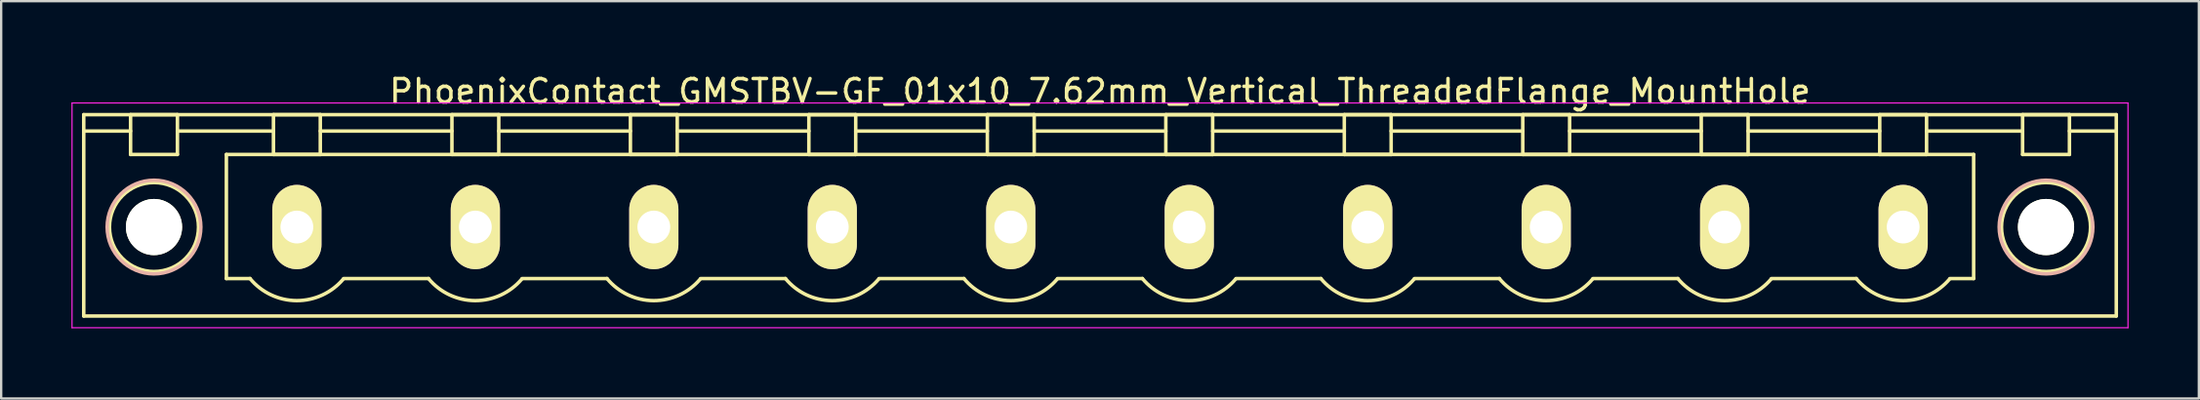
<source format=kicad_pcb>
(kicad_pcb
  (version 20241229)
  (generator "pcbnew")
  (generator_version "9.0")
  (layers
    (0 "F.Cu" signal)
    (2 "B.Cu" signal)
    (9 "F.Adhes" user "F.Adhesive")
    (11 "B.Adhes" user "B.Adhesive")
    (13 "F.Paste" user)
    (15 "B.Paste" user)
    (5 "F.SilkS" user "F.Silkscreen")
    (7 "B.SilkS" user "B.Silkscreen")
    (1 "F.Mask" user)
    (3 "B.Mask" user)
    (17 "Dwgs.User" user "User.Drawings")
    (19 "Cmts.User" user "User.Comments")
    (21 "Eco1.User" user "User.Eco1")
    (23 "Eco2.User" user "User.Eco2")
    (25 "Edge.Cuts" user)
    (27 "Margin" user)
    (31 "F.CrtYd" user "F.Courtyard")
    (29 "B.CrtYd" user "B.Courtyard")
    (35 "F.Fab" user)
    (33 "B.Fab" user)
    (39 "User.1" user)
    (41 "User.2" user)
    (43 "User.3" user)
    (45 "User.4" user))
  (footprint "PhoenixContact_GMSTBV-GF_01x10_7.62mm_Vertical_ThreadedFlange_MountHole"
    (layer "F.Cu")
    (at 9.625 6.648)
    (property "Reference" "PhoenixContact_GMSTBV-GF_01x10_7.62mm_Vertical_ThreadedFlange_MountHole" (at 34.29 -5.8 0) (layer "F.SilkS") (effects (font (size 1 1) (thickness 0.15))))
    (attr through_hole)
    (fp_line (start -9.1 -4.8) (end -9.1 3.8) (stroke (width 0.15) (type solid)) (layer "F.SilkS"))
    (fp_line (start -9.1 -4.1) (end -7.1 -4.1) (stroke (width 0.15) (type solid)) (layer "F.SilkS"))
    (fp_line (start -9.1 3.8) (end 77.68 3.8) (stroke (width 0.15) (type solid)) (layer "F.SilkS"))
    (fp_line (start -7.1 -4.8) (end -5.1 -4.8) (stroke (width 0.15) (type solid)) (layer "F.SilkS"))
    (fp_line (start -7.1 -3.1) (end -7.1 -4.8) (stroke (width 0.15) (type solid)) (layer "F.SilkS"))
    (fp_line (start -5.1 -4.8) (end -5.1 -3.1) (stroke (width 0.15) (type solid)) (layer "F.SilkS"))
    (fp_line (start -5.1 -4.1) (end -1 -4.1) (stroke (width 0.15) (type solid)) (layer "F.SilkS"))
    (fp_line (start -5.1 -3.1) (end -7.1 -3.1) (stroke (width 0.15) (type solid)) (layer "F.SilkS"))
    (fp_line (start -3.01 -3.1) (end 71.59 -3.1) (stroke (width 0.15) (type solid)) (layer "F.SilkS"))
    (fp_line (start -3.01 2.2) (end -3.01 -3.1) (stroke (width 0.15) (type solid)) (layer "F.SilkS"))
    (fp_line (start -2 2.2) (end -3.01 2.2) (stroke (width 0.15) (type solid)) (layer "F.SilkS"))
    (fp_line (start -1 -4.8) (end 1 -4.8) (stroke (width 0.15) (type solid)) (layer "F.SilkS"))
    (fp_line (start -1 -3.1) (end -1 -4.8) (stroke (width 0.15) (type solid)) (layer "F.SilkS"))
    (fp_line (start 1 -4.8) (end 1 -3.1) (stroke (width 0.15) (type solid)) (layer "F.SilkS"))
    (fp_line (start 1 -4.1) (end 6.62 -4.1) (stroke (width 0.15) (type solid)) (layer "F.SilkS"))
    (fp_line (start 1 -3.1) (end -1 -3.1) (stroke (width 0.15) (type solid)) (layer "F.SilkS"))
    (fp_line (start 2 2.2) (end 5.62 2.2) (stroke (width 0.15) (type solid)) (layer "F.SilkS"))
    (fp_line (start 6.62 -4.8) (end 8.62 -4.8) (stroke (width 0.15) (type solid)) (layer "F.SilkS"))
    (fp_line (start 6.62 -3.1) (end 6.62 -4.8) (stroke (width 0.15) (type solid)) (layer "F.SilkS"))
    (fp_line (start 8.62 -4.8) (end 8.62 -3.1) (stroke (width 0.15) (type solid)) (layer "F.SilkS"))
    (fp_line (start 8.62 -4.1) (end 14.24 -4.1) (stroke (width 0.15) (type solid)) (layer "F.SilkS"))
    (fp_line (start 8.62 -3.1) (end 6.62 -3.1) (stroke (width 0.15) (type solid)) (layer "F.SilkS"))
    (fp_line (start 9.62 2.2) (end 13.24 2.2) (stroke (width 0.15) (type solid)) (layer "F.SilkS"))
    (fp_line (start 14.24 -4.8) (end 16.24 -4.8) (stroke (width 0.15) (type solid)) (layer "F.SilkS"))
    (fp_line (start 14.24 -3.1) (end 14.24 -4.8) (stroke (width 0.15) (type solid)) (layer "F.SilkS"))
    (fp_line (start 16.24 -4.8) (end 16.24 -3.1) (stroke (width 0.15) (type solid)) (layer "F.SilkS"))
    (fp_line (start 16.24 -4.1) (end 21.86 -4.1) (stroke (width 0.15) (type solid)) (layer "F.SilkS"))
    (fp_line (start 16.24 -3.1) (end 14.24 -3.1) (stroke (width 0.15) (type solid)) (layer "F.SilkS"))
    (fp_line (start 17.24 2.2) (end 20.86 2.2) (stroke (width 0.15) (type solid)) (layer "F.SilkS"))
    (fp_line (start 21.86 -4.8) (end 23.86 -4.8) (stroke (width 0.15) (type solid)) (layer "F.SilkS"))
    (fp_line (start 21.86 -3.1) (end 21.86 -4.8) (stroke (width 0.15) (type solid)) (layer "F.SilkS"))
    (fp_line (start 23.86 -4.8) (end 23.86 -3.1) (stroke (width 0.15) (type solid)) (layer "F.SilkS"))
    (fp_line (start 23.86 -4.1) (end 29.48 -4.1) (stroke (width 0.15) (type solid)) (layer "F.SilkS"))
    (fp_line (start 23.86 -3.1) (end 21.86 -3.1) (stroke (width 0.15) (type solid)) (layer "F.SilkS"))
    (fp_line (start 24.86 2.2) (end 28.48 2.2) (stroke (width 0.15) (type solid)) (layer "F.SilkS"))
    (fp_line (start 29.48 -4.8) (end 31.48 -4.8) (stroke (width 0.15) (type solid)) (layer "F.SilkS"))
    (fp_line (start 29.48 -3.1) (end 29.48 -4.8) (stroke (width 0.15) (type solid)) (layer "F.SilkS"))
    (fp_line (start 31.48 -4.8) (end 31.48 -3.1) (stroke (width 0.15) (type solid)) (layer "F.SilkS"))
    (fp_line (start 31.48 -4.1) (end 37.1 -4.1) (stroke (width 0.15) (type solid)) (layer "F.SilkS"))
    (fp_line (start 31.48 -3.1) (end 29.48 -3.1) (stroke (width 0.15) (type solid)) (layer "F.SilkS"))
    (fp_line (start 32.48 2.2) (end 36.1 2.2) (stroke (width 0.15) (type solid)) (layer "F.SilkS"))
    (fp_line (start 37.1 -4.8) (end 39.1 -4.8) (stroke (width 0.15) (type solid)) (layer "F.SilkS"))
    (fp_line (start 37.1 -3.1) (end 37.1 -4.8) (stroke (width 0.15) (type solid)) (layer "F.SilkS"))
    (fp_line (start 39.1 -4.8) (end 39.1 -3.1) (stroke (width 0.15) (type solid)) (layer "F.SilkS"))
    (fp_line (start 39.1 -4.1) (end 44.72 -4.1) (stroke (width 0.15) (type solid)) (layer "F.SilkS"))
    (fp_line (start 39.1 -3.1) (end 37.1 -3.1) (stroke (width 0.15) (type solid)) (layer "F.SilkS"))
    (fp_line (start 40.1 2.2) (end 43.72 2.2) (stroke (width 0.15) (type solid)) (layer "F.SilkS"))
    (fp_line (start 44.72 -4.8) (end 46.72 -4.8) (stroke (width 0.15) (type solid)) (layer "F.SilkS"))
    (fp_line (start 44.72 -3.1) (end 44.72 -4.8) (stroke (width 0.15) (type solid)) (layer "F.SilkS"))
    (fp_line (start 46.72 -4.8) (end 46.72 -3.1) (stroke (width 0.15) (type solid)) (layer "F.SilkS"))
    (fp_line (start 46.72 -4.1) (end 52.34 -4.1) (stroke (width 0.15) (type solid)) (layer "F.SilkS"))
    (fp_line (start 46.72 -3.1) (end 44.72 -3.1) (stroke (width 0.15) (type solid)) (layer "F.SilkS"))
    (fp_line (start 47.72 2.2) (end 51.34 2.2) (stroke (width 0.15) (type solid)) (layer "F.SilkS"))
    (fp_line (start 52.34 -4.8) (end 54.34 -4.8) (stroke (width 0.15) (type solid)) (layer "F.SilkS"))
    (fp_line (start 52.34 -3.1) (end 52.34 -4.8) (stroke (width 0.15) (type solid)) (layer "F.SilkS"))
    (fp_line (start 54.34 -4.8) (end 54.34 -3.1) (stroke (width 0.15) (type solid)) (layer "F.SilkS"))
    (fp_line (start 54.34 -4.1) (end 59.96 -4.1) (stroke (width 0.15) (type solid)) (layer "F.SilkS"))
    (fp_line (start 54.34 -3.1) (end 52.34 -3.1) (stroke (width 0.15) (type solid)) (layer "F.SilkS"))
    (fp_line (start 55.34 2.2) (end 58.96 2.2) (stroke (width 0.15) (type solid)) (layer "F.SilkS"))
    (fp_line (start 59.96 -4.8) (end 61.96 -4.8) (stroke (width 0.15) (type solid)) (layer "F.SilkS"))
    (fp_line (start 59.96 -3.1) (end 59.96 -4.8) (stroke (width 0.15) (type solid)) (layer "F.SilkS"))
    (fp_line (start 61.96 -4.8) (end 61.96 -3.1) (stroke (width 0.15) (type solid)) (layer "F.SilkS"))
    (fp_line (start 61.96 -4.1) (end 67.58 -4.1) (stroke (width 0.15) (type solid)) (layer "F.SilkS"))
    (fp_line (start 61.96 -3.1) (end 59.96 -3.1) (stroke (width 0.15) (type solid)) (layer "F.SilkS"))
    (fp_line (start 62.96 2.2) (end 66.58 2.2) (stroke (width 0.15) (type solid)) (layer "F.SilkS"))
    (fp_line (start 67.58 -4.8) (end 69.58 -4.8) (stroke (width 0.15) (type solid)) (layer "F.SilkS"))
    (fp_line (start 67.58 -3.1) (end 67.58 -4.8) (stroke (width 0.15) (type solid)) (layer "F.SilkS"))
    (fp_line (start 69.58 -4.8) (end 69.58 -3.1) (stroke (width 0.15) (type solid)) (layer "F.SilkS"))
    (fp_line (start 69.58 -4.1) (end 73.68 -4.1) (stroke (width 0.15) (type solid)) (layer "F.SilkS"))
    (fp_line (start 69.58 -3.1) (end 67.58 -3.1) (stroke (width 0.15) (type solid)) (layer "F.SilkS"))
    (fp_line (start 71.59 -3.1) (end 71.59 2.2) (stroke (width 0.15) (type solid)) (layer "F.SilkS"))
    (fp_line (start 71.59 2.2) (end 70.58 2.2) (stroke (width 0.15) (type solid)) (layer "F.SilkS"))
    (fp_line (start 73.68 -4.8) (end 75.68 -4.8) (stroke (width 0.15) (type solid)) (layer "F.SilkS"))
    (fp_line (start 73.68 -3.1) (end 73.68 -4.8) (stroke (width 0.15) (type solid)) (layer "F.SilkS"))
    (fp_line (start 75.68 -4.8) (end 75.68 -3.1) (stroke (width 0.15) (type solid)) (layer "F.SilkS"))
    (fp_line (start 75.68 -3.1) (end 73.68 -3.1) (stroke (width 0.15) (type solid)) (layer "F.SilkS"))
    (fp_line (start 77.68 -4.8) (end -9.1 -4.8) (stroke (width 0.15) (type solid)) (layer "F.SilkS"))
    (fp_line (start 77.68 -4.1) (end 75.68 -4.1) (stroke (width 0.15) (type solid)) (layer "F.SilkS"))
    (fp_line (start 77.68 3.8) (end 77.68 -4.8) (stroke (width 0.15) (type solid)) (layer "F.SilkS"))
    (fp_arc (start 1.986842 2.215821) (mid -0.010289 3.142758) (end -2 2.2) (stroke (width 0.15) (type solid)) (layer "F.SilkS"))
    (fp_arc (start 9.606842 2.215821) (mid 7.609711 3.142758) (end 5.62 2.2) (stroke (width 0.15) (type solid)) (layer "F.SilkS"))
    (fp_arc (start 17.226842 2.215821) (mid 15.229711 3.142758) (end 13.24 2.2) (stroke (width 0.15) (type solid)) (layer "F.SilkS"))
    (fp_arc (start 24.846842 2.215821) (mid 22.849711 3.142758) (end 20.86 2.2) (stroke (width 0.15) (type solid)) (layer "F.SilkS"))
    (fp_arc (start 32.466842 2.215821) (mid 30.469711 3.142758) (end 28.48 2.2) (stroke (width 0.15) (type solid)) (layer "F.SilkS"))
    (fp_arc (start 40.086842 2.215821) (mid 38.089711 3.142758) (end 36.1 2.2) (stroke (width 0.15) (type solid)) (layer "F.SilkS"))
    (fp_arc (start 47.706842 2.215821) (mid 45.709711 3.142758) (end 43.72 2.2) (stroke (width 0.15) (type solid)) (layer "F.SilkS"))
    (fp_arc (start 55.326842 2.215821) (mid 53.329711 3.142758) (end 51.34 2.2) (stroke (width 0.15) (type solid)) (layer "F.SilkS"))
    (fp_arc (start 62.946842 2.215821) (mid 60.949711 3.142758) (end 58.96 2.2) (stroke (width 0.15) (type solid)) (layer "F.SilkS"))
    (fp_arc (start 70.566842 2.215821) (mid 68.569711 3.142758) (end 66.58 2.2) (stroke (width 0.15) (type solid)) (layer "F.SilkS"))
    (fp_circle (center -6.1 0) (end -5.1 0) (stroke (width 0.15) (type solid)) (fill no) (layer "F.SilkS"))
    (fp_circle (center -6.1 0) (end -4.2 0) (stroke (width 0.15) (type solid)) (fill no) (layer "F.SilkS"))
    (fp_circle (center 74.68 0) (end 75.68 0) (stroke (width 0.15) (type solid)) (fill no) (layer "F.SilkS"))
    (fp_circle (center 74.68 0) (end 76.58 0) (stroke (width 0.15) (type solid)) (fill no) (layer "F.SilkS"))
    (fp_circle (center -6.1 0) (end -4.1 0) (stroke (width 0.15) (type solid)) (fill no) (layer "B.SilkS"))
    (fp_circle (center 74.68 0) (end 76.68 0) (stroke (width 0.15) (type solid)) (fill no) (layer "B.SilkS"))
    (fp_line (start -9.6 -5.3) (end -9.6 4.3) (stroke (width 0.05) (type solid)) (layer "F.CrtYd"))
    (fp_line (start -9.6 4.3) (end 78.18 4.3) (stroke (width 0.05) (type solid)) (layer "F.CrtYd"))
    (fp_line (start 78.18 -5.3) (end -9.6 -5.3) (stroke (width 0.05) (type solid)) (layer "F.CrtYd"))
    (fp_line (start 78.18 4.3) (end 78.18 -5.3) (stroke (width 0.05) (type solid)) (layer "F.CrtYd"))
    (pad "" np_thru_hole circle (at -6.1 0) (size 2.4 2.4) (drill 2.4) (layers "*.Cu" "*.Mask" "F.SilkS"))
    (pad "" np_thru_hole circle (at 74.68 0) (size 2.4 2.4) (drill 2.4) (layers "*.Cu" "*.Mask" "F.SilkS"))
    (pad "1" thru_hole oval (at 0 0) (size 2.1 3.6) (drill 1.4) (layers "*.Cu" "*.Mask" "F.SilkS"))
    (pad "2" thru_hole oval (at 7.62 0) (size 2.1 3.6) (drill 1.4) (layers "*.Cu" "*.Mask" "F.SilkS"))
    (pad "3" thru_hole oval (at 15.24 0) (size 2.1 3.6) (drill 1.4) (layers "*.Cu" "*.Mask" "F.SilkS"))
    (pad "4" thru_hole oval (at 22.86 0) (size 2.1 3.6) (drill 1.4) (layers "*.Cu" "*.Mask" "F.SilkS"))
    (pad "5" thru_hole oval (at 30.48 0) (size 2.1 3.6) (drill 1.4) (layers "*.Cu" "*.Mask" "F.SilkS"))
    (pad "6" thru_hole oval (at 38.1 0) (size 2.1 3.6) (drill 1.4) (layers "*.Cu" "*.Mask" "F.SilkS"))
    (pad "7" thru_hole oval (at 45.72 0) (size 2.1 3.6) (drill 1.4) (layers "*.Cu" "*.Mask" "F.SilkS"))
    (pad "8" thru_hole oval (at 53.34 0) (size 2.1 3.6) (drill 1.4) (layers "*.Cu" "*.Mask" "F.SilkS"))
    (pad "9" thru_hole oval (at 60.96 0) (size 2.1 3.6) (drill 1.4) (layers "*.Cu" "*.Mask" "F.SilkS"))
    (pad "10" thru_hole oval (at 68.58 0) (size 2.1 3.6) (drill 1.4) (layers "*.Cu" "*.Mask" "F.SilkS")))
  (gr_rect
    (start -3 -3)
    (end 90.83 13.973)
    (stroke (width 0.1) (type default))
    (fill no)
    (layer "Edge.Cuts")))
</source>
